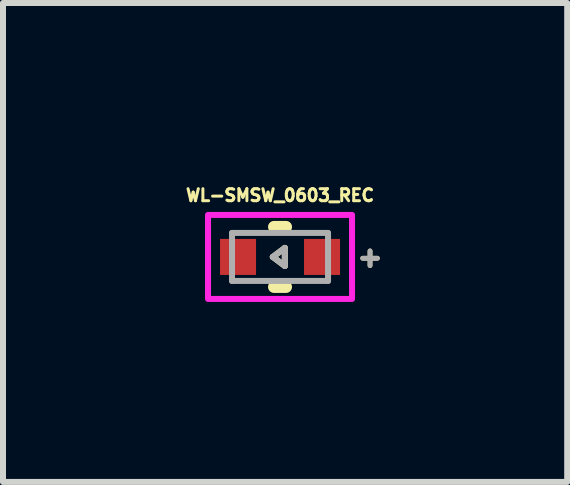
<source format=kicad_pcb>
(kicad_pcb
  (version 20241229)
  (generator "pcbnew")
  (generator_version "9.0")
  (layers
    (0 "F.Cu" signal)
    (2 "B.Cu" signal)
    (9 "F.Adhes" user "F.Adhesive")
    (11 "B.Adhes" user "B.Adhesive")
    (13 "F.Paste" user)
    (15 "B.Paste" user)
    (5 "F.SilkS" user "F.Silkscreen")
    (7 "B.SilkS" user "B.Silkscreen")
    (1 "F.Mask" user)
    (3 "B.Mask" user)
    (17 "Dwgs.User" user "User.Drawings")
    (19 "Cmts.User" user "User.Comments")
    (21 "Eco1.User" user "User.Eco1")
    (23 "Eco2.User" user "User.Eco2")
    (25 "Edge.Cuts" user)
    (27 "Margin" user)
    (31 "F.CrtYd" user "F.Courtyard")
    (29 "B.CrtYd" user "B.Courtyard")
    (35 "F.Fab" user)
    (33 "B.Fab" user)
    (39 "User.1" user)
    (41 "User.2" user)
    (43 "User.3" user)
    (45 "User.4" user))
  (footprint "WL-SMSW_0603_REC"
    (layer "F.Cu")
    (at 1.617 1.232)
    (property "Reference" "WL-SMSW_0603_REC" (at 0 -1.027 0) (layer "F.SilkS") (effects (font (size 0.2 0.2) (thickness 0.15))))
    (attr smd)
    (fp_line (start -0.12 0) (end 0.08 -0.15) (stroke (width 0.1) (type solid)) (layer "F.SilkS"))
    (fp_line (start -0.1 -0.5) (end 0.1 -0.5) (stroke (width 0.2) (type solid)) (layer "F.SilkS"))
    (fp_line (start -0.1 0.5) (end 0.1 0.5) (stroke (width 0.2) (type solid)) (layer "F.SilkS"))
    (fp_line (start 0.08 -0.15) (end 0.08 0.15) (stroke (width 0.1) (type solid)) (layer "F.SilkS"))
    (fp_line (start 0.08 0.15) (end -0.12 0) (stroke (width 0.1) (type solid)) (layer "F.SilkS"))
    (fp_poly (pts (xy -1.2 -0.7) (xy 1.2 -0.7) (xy 1.2 0.7) (xy -1.2 0.7)) (stroke (width 0.1) (type solid)) (fill no) (layer "F.CrtYd"))
    (fp_line (start -0.8 -0.4) (end 0.8 -0.4) (stroke (width 0.1) (type solid)) (layer "F.Fab"))
    (fp_line (start -0.8 0.4) (end -0.8 -0.4) (stroke (width 0.1) (type solid)) (layer "F.Fab"))
    (fp_line (start -0.12 0) (end 0.08 -0.15) (stroke (width 0.1) (type solid)) (layer "F.Fab"))
    (fp_line (start 0.08 -0.15) (end 0.08 0.15) (stroke (width 0.1) (type solid)) (layer "F.Fab"))
    (fp_line (start 0.08 0.15) (end -0.12 0) (stroke (width 0.1) (type solid)) (layer "F.Fab"))
    (fp_line (start 0.8 -0.4) (end 0.8 0.4) (stroke (width 0.1) (type solid)) (layer "F.Fab"))
    (fp_line (start 0.8 0.4) (end -0.8 0.4) (stroke (width 0.1) (type solid)) (layer "F.Fab"))
    (fp_text user "+" (at 1.5 0 0) (layer "F.SilkS") (effects (font (size 0.32 0.32) (thickness 0.15))))
    (fp_text user "+" (at 1.5 0 0) (layer "F.Fab") (effects (font (size 0.32 0.32) (thickness 0.15))))
    (pad "1" smd rect (at -0.7 0) (size 0.6 0.6) (layers "F.Cu" "F.Mask" "F.Paste"))
    (pad "2" smd rect (at 0.7 0) (size 0.6 0.6) (layers "F.Cu" "F.Mask" "F.Paste")))
  (gr_rect
    (start -3 -3)
    (end 6.403 4.982)
    (stroke (width 0.1) (type default))
    (fill no)
    (layer "Edge.Cuts")))
</source>
